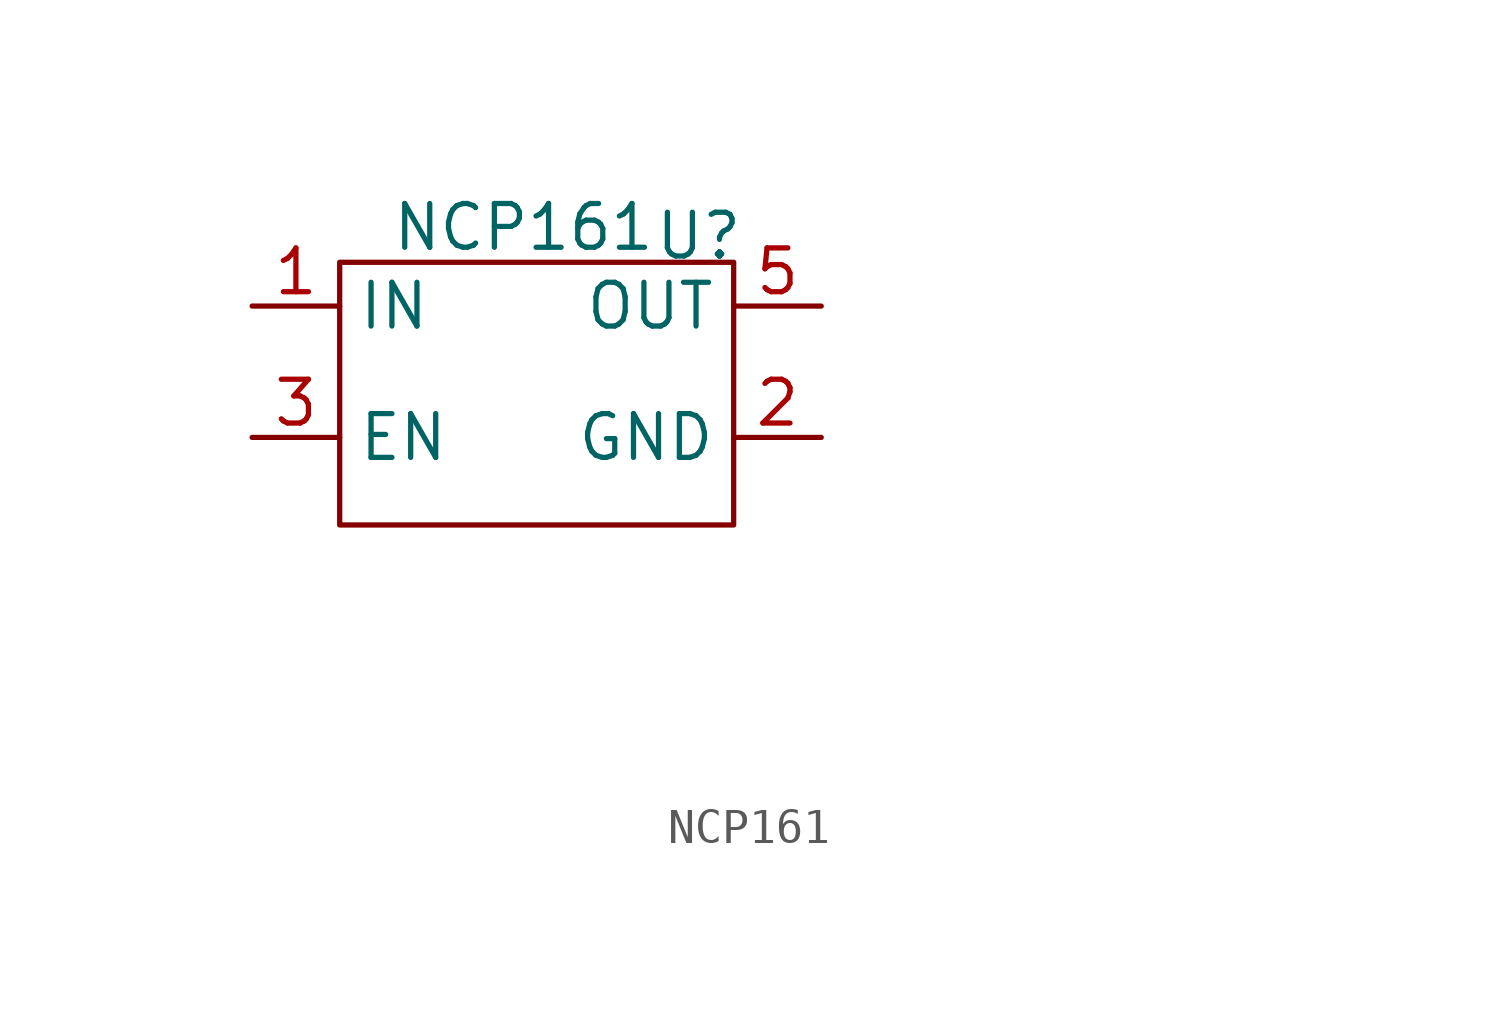
<source format=kicad_sym>
(kicad_symbol_lib
  (version 20231120)
  (generator "kicad_symbol_editor")
  (generator_version "8.0")
  (symbol "NCP161"
    (property "Reference" "U"
      (at 5.334 4.572 0)
      (effects (font (size 1.27 1.27))))
    (property "Value" "NCP161"
      (at 0.254 4.826 0)
      (effects (font (size 1.27 1.27))))
    (symbol "NCP161_0_1"
      (rectangle (start -5.08 3.81) (end 6.35 -3.81) (stroke (width 0) (type default)) (fill (type none))))
    (symbol "NCP161_1_1"
      (pin power_in line (at -7.62 2.54 0) (length 2.54) (name "IN" (effects (font (size 1.27 1.27)))) (number "1" (effects (font (size 1.27 1.27)))))
      (pin power_out line (at 8.89 -1.27 180) (length 2.54) (name "GND" (effects (font (size 1.27 1.27)))) (number "2" (effects (font (size 1.27 1.27)))))
      (pin input line (at -7.62 -1.27 0) (length 2.54) (name "EN" (effects (font (size 1.27 1.27)))) (number "3" (effects (font (size 1.27 1.27)))))
      (pin no_connect line (at 19.05 -10.16 0) (length 2.54) hide (name "NC" (effects (font (size 1.27 1.27)))) (number "4" (effects (font (size 1.27 1.27)))))
      (pin power_out line (at 8.89 2.54 180) (length 2.54) (name "OUT" (effects (font (size 1.27 1.27)))) (number "5" (effects (font (size 1.27 1.27))))))))
</source>
